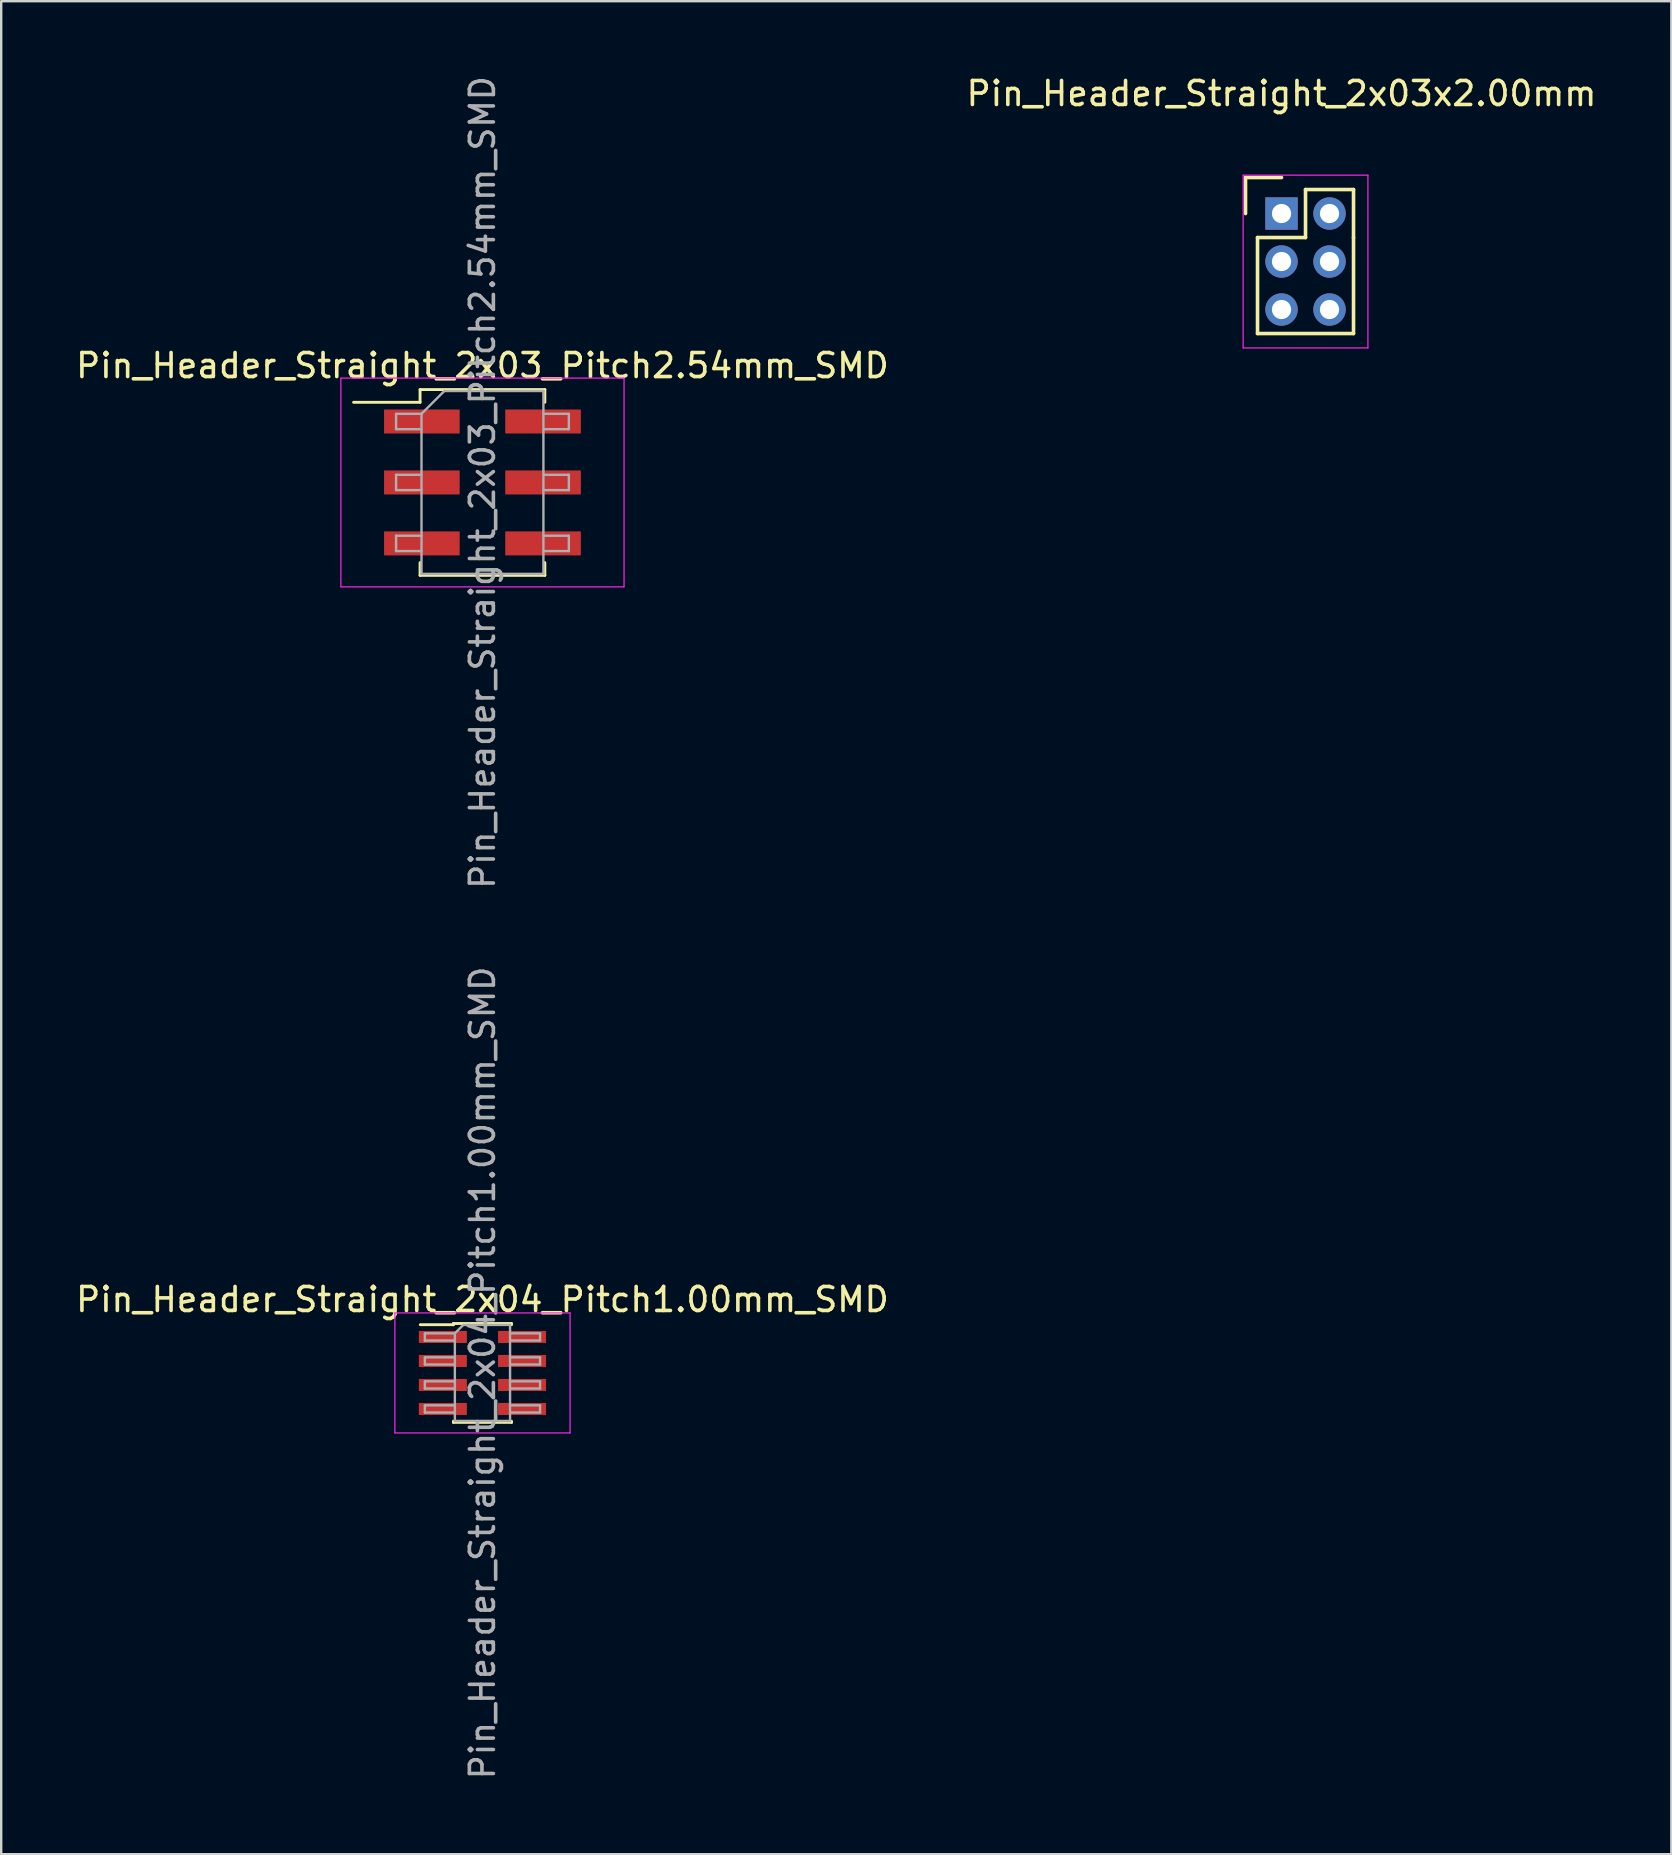
<source format=kicad_pcb>
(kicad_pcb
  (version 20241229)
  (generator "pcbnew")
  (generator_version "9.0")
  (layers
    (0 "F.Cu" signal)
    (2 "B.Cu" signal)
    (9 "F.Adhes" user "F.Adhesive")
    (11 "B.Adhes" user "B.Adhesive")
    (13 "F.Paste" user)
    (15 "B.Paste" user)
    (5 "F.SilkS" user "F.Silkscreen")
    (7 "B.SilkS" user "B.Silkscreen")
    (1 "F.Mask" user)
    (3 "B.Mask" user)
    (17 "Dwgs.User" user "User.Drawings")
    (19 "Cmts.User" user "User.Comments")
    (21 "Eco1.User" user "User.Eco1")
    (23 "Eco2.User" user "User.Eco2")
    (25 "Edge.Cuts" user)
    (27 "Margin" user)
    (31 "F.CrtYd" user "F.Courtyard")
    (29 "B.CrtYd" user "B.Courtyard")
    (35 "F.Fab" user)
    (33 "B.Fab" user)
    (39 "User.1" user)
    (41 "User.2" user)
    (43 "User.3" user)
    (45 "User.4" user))
  (footprint "Pin_Header_Straight_2x03x2.00mm"
    (layer "F.Cu")
    (at 50.351 5.848)
    (property "Reference" "Pin_Header_Straight_2x03x2.00mm" (at 0 -5 0) (layer "F.SilkS") (effects (font (size 1 1) (thickness 0.15))))
    (attr through_hole)
    (fp_line (start -1.5 -1.5) (end 0 -1.5) (stroke (width 0.15) (type solid)) (layer "F.SilkS"))
    (fp_line (start -1.5 0) (end -1.5 -1.5) (stroke (width 0.15) (type solid)) (layer "F.SilkS"))
    (fp_line (start -1 1) (end 1 1) (stroke (width 0.15) (type solid)) (layer "F.SilkS"))
    (fp_line (start -1 5) (end -1 1) (stroke (width 0.15) (type solid)) (layer "F.SilkS"))
    (fp_line (start 1 -1) (end 3 -1) (stroke (width 0.15) (type solid)) (layer "F.SilkS"))
    (fp_line (start 1 1) (end 1 -1) (stroke (width 0.15) (type solid)) (layer "F.SilkS"))
    (fp_line (start 3 -1) (end 3 1) (stroke (width 0.15) (type solid)) (layer "F.SilkS"))
    (fp_line (start 3 1) (end 3 5) (stroke (width 0.15) (type solid)) (layer "F.SilkS"))
    (fp_line (start 3 5) (end -1 5) (stroke (width 0.15) (type solid)) (layer "F.SilkS"))
    (fp_line (start -1.6 -1.6) (end 3.6 -1.6) (stroke (width 0.05) (type solid)) (layer "F.CrtYd"))
    (fp_line (start -1.6 5.6) (end -1.6 -1.6) (stroke (width 0.05) (type solid)) (layer "F.CrtYd"))
    (fp_line (start 3.6 -1.6) (end 3.6 5.6) (stroke (width 0.05) (type solid)) (layer "F.CrtYd"))
    (fp_line (start 3.6 5.6) (end -1.6 5.6) (stroke (width 0.05) (type solid)) (layer "F.CrtYd"))
    (pad "1" thru_hole rect (at 0 0) (size 1.35 1.35) (drill 0.8) (layers "*.Cu" "*.Mask"))
    (pad "2" thru_hole circle (at 2 0) (size 1.35 1.35) (drill 0.8) (layers "*.Cu" "*.Mask"))
    (pad "3" thru_hole circle (at 0 2) (size 1.35 1.35) (drill 0.8) (layers "*.Cu" "*.Mask"))
    (pad "4" thru_hole circle (at 2 2) (size 1.35 1.35) (drill 0.8) (layers "*.Cu" "*.Mask"))
    (pad "5" thru_hole circle (at 0 4) (size 1.35 1.35) (drill 0.8) (layers "*.Cu" "*.Mask"))
    (pad "6" thru_hole circle (at 2 4) (size 1.35 1.35) (drill 0.8) (layers "*.Cu" "*.Mask")))
  (footprint "Pin_Header_Straight_2x04_Pitch1.00mm_SMD"
    (layer "F.Cu")
    (at 17.054 54.161)
    (property "Reference" "Pin_Header_Straight_2x04_Pitch1.00mm_SMD" (at 0 -3.06 0) (layer "F.SilkS") (effects (font (size 1 1) (thickness 0.15))))
    (attr smd)
    (fp_line (start -2.59 -2.01) (end -1.21 -2.01) (stroke (width 0.12) (type solid)) (layer "F.SilkS"))
    (fp_line (start -1.21 -2.06) (end -1.21 -2.01) (stroke (width 0.12) (type solid)) (layer "F.SilkS"))
    (fp_line (start -1.21 -2.06) (end 1.21 -2.06) (stroke (width 0.12) (type solid)) (layer "F.SilkS"))
    (fp_line (start -1.21 2.01) (end -1.21 2.06) (stroke (width 0.12) (type solid)) (layer "F.SilkS"))
    (fp_line (start -1.21 2.06) (end 1.21 2.06) (stroke (width 0.12) (type solid)) (layer "F.SilkS"))
    (fp_line (start 1.21 -2.06) (end 1.21 -2.01) (stroke (width 0.12) (type solid)) (layer "F.SilkS"))
    (fp_line (start 1.21 2.01) (end 1.21 2.06) (stroke (width 0.12) (type solid)) (layer "F.SilkS"))
    (fp_line (start -3.65 -2.5) (end -3.65 2.5) (stroke (width 0.05) (type solid)) (layer "F.CrtYd"))
    (fp_line (start -3.65 2.5) (end 3.65 2.5) (stroke (width 0.05) (type solid)) (layer "F.CrtYd"))
    (fp_line (start 3.65 -2.5) (end -3.65 -2.5) (stroke (width 0.05) (type solid)) (layer "F.CrtYd"))
    (fp_line (start 3.65 2.5) (end 3.65 -2.5) (stroke (width 0.05) (type solid)) (layer "F.CrtYd"))
    (fp_line (start -2.4 -1.65) (end -2.4 -1.35) (stroke (width 0.1) (type solid)) (layer "F.Fab"))
    (fp_line (start -2.4 -1.35) (end -1.15 -1.35) (stroke (width 0.1) (type solid)) (layer "F.Fab"))
    (fp_line (start -2.4 -0.65) (end -2.4 -0.35) (stroke (width 0.1) (type solid)) (layer "F.Fab"))
    (fp_line (start -2.4 -0.35) (end -1.15 -0.35) (stroke (width 0.1) (type solid)) (layer "F.Fab"))
    (fp_line (start -2.4 0.35) (end -2.4 0.65) (stroke (width 0.1) (type solid)) (layer "F.Fab"))
    (fp_line (start -2.4 0.65) (end -1.15 0.65) (stroke (width 0.1) (type solid)) (layer "F.Fab"))
    (fp_line (start -2.4 1.35) (end -2.4 1.65) (stroke (width 0.1) (type solid)) (layer "F.Fab"))
    (fp_line (start -2.4 1.65) (end -1.15 1.65) (stroke (width 0.1) (type solid)) (layer "F.Fab"))
    (fp_line (start -1.15 -1.65) (end -2.4 -1.65) (stroke (width 0.1) (type solid)) (layer "F.Fab"))
    (fp_line (start -1.15 -1.65) (end -0.8 -2) (stroke (width 0.1) (type solid)) (layer "F.Fab"))
    (fp_line (start -1.15 -0.65) (end -2.4 -0.65) (stroke (width 0.1) (type solid)) (layer "F.Fab"))
    (fp_line (start -1.15 0.35) (end -2.4 0.35) (stroke (width 0.1) (type solid)) (layer "F.Fab"))
    (fp_line (start -1.15 1.35) (end -2.4 1.35) (stroke (width 0.1) (type solid)) (layer "F.Fab"))
    (fp_line (start -1.15 2) (end -1.15 -1.65) (stroke (width 0.1) (type solid)) (layer "F.Fab"))
    (fp_line (start -0.8 -2) (end 1.15 -2) (stroke (width 0.1) (type solid)) (layer "F.Fab"))
    (fp_line (start 1.15 -2) (end 1.15 2) (stroke (width 0.1) (type solid)) (layer "F.Fab"))
    (fp_line (start 1.15 -1.65) (end 2.4 -1.65) (stroke (width 0.1) (type solid)) (layer "F.Fab"))
    (fp_line (start 1.15 -0.65) (end 2.4 -0.65) (stroke (width 0.1) (type solid)) (layer "F.Fab"))
    (fp_line (start 1.15 0.35) (end 2.4 0.35) (stroke (width 0.1) (type solid)) (layer "F.Fab"))
    (fp_line (start 1.15 1.35) (end 2.4 1.35) (stroke (width 0.1) (type solid)) (layer "F.Fab"))
    (fp_line (start 1.15 2) (end -1.15 2) (stroke (width 0.1) (type solid)) (layer "F.Fab"))
    (fp_line (start 2.4 -1.65) (end 2.4 -1.35) (stroke (width 0.1) (type solid)) (layer "F.Fab"))
    (fp_line (start 2.4 -1.35) (end 1.15 -1.35) (stroke (width 0.1) (type solid)) (layer "F.Fab"))
    (fp_line (start 2.4 -0.65) (end 2.4 -0.35) (stroke (width 0.1) (type solid)) (layer "F.Fab"))
    (fp_line (start 2.4 -0.35) (end 1.15 -0.35) (stroke (width 0.1) (type solid)) (layer "F.Fab"))
    (fp_line (start 2.4 0.35) (end 2.4 0.65) (stroke (width 0.1) (type solid)) (layer "F.Fab"))
    (fp_line (start 2.4 0.65) (end 1.15 0.65) (stroke (width 0.1) (type solid)) (layer "F.Fab"))
    (fp_line (start 2.4 1.35) (end 2.4 1.65) (stroke (width 0.1) (type solid)) (layer "F.Fab"))
    (fp_line (start 2.4 1.65) (end 1.15 1.65) (stroke (width 0.1) (type solid)) (layer "F.Fab"))
    (fp_text user "${REFERENCE}" (at 0 0 90) (layer "F.Fab") (effects (font (size 1 1) (thickness 0.15))))
    (pad "1" smd rect (at -1.65 -1.5) (size 2 0.5) (layers "F.Cu" "F.Mask" "F.Paste"))
    (pad "2" smd rect (at 1.65 -1.5) (size 2 0.5) (layers "F.Cu" "F.Mask" "F.Paste"))
    (pad "3" smd rect (at -1.65 -0.5) (size 2 0.5) (layers "F.Cu" "F.Mask" "F.Paste"))
    (pad "4" smd rect (at 1.65 -0.5) (size 2 0.5) (layers "F.Cu" "F.Mask" "F.Paste"))
    (pad "5" smd rect (at -1.65 0.5) (size 2 0.5) (layers "F.Cu" "F.Mask" "F.Paste"))
    (pad "6" smd rect (at 1.65 0.5) (size 2 0.5) (layers "F.Cu" "F.Mask" "F.Paste"))
    (pad "7" smd rect (at -1.65 1.5) (size 2 0.5) (layers "F.Cu" "F.Mask" "F.Paste"))
    (pad "8" smd rect (at 1.65 1.5) (size 2 0.5) (layers "F.Cu" "F.Mask" "F.Paste")))
  (footprint "Pin_Header_Straight_2x03_Pitch2.54mm_SMD"
    (layer "F.Cu")
    (at 17.054 17.054)
    (property "Reference" "Pin_Header_Straight_2x03_Pitch2.54mm_SMD" (at 0 -4.87 0) (layer "F.SilkS") (effects (font (size 1 1) (thickness 0.15))))
    (attr smd)
    (fp_line (start -5.37 -3.34) (end -2.6 -3.34) (stroke (width 0.12) (type solid)) (layer "F.SilkS"))
    (fp_line (start -2.6 -3.87) (end 2.6 -3.87) (stroke (width 0.12) (type solid)) (layer "F.SilkS"))
    (fp_line (start -2.6 -3.34) (end -2.6 -3.87) (stroke (width 0.12) (type solid)) (layer "F.SilkS"))
    (fp_line (start -2.6 3.34) (end -2.6 3.87) (stroke (width 0.12) (type solid)) (layer "F.SilkS"))
    (fp_line (start -2.6 3.87) (end 2.6 3.87) (stroke (width 0.12) (type solid)) (layer "F.SilkS"))
    (fp_line (start 2.6 -3.87) (end 2.6 -3.34) (stroke (width 0.12) (type solid)) (layer "F.SilkS"))
    (fp_line (start 2.6 3.87) (end 2.6 3.34) (stroke (width 0.12) (type solid)) (layer "F.SilkS"))
    (fp_line (start -5.9 -4.35) (end -5.9 4.35) (stroke (width 0.05) (type solid)) (layer "F.CrtYd"))
    (fp_line (start -5.9 4.35) (end 5.9 4.35) (stroke (width 0.05) (type solid)) (layer "F.CrtYd"))
    (fp_line (start 5.9 -4.35) (end -5.9 -4.35) (stroke (width 0.05) (type solid)) (layer "F.CrtYd"))
    (fp_line (start 5.9 4.35) (end 5.9 -4.35) (stroke (width 0.05) (type solid)) (layer "F.CrtYd"))
    (fp_line (start -3.6 -2.86) (end -3.6 -2.22) (stroke (width 0.1) (type solid)) (layer "F.Fab"))
    (fp_line (start -3.6 -2.22) (end -2.54 -2.22) (stroke (width 0.1) (type solid)) (layer "F.Fab"))
    (fp_line (start -3.6 -0.32) (end -3.6 0.32) (stroke (width 0.1) (type solid)) (layer "F.Fab"))
    (fp_line (start -3.6 0.32) (end -2.54 0.32) (stroke (width 0.1) (type solid)) (layer "F.Fab"))
    (fp_line (start -3.6 2.22) (end -3.6 2.86) (stroke (width 0.1) (type solid)) (layer "F.Fab"))
    (fp_line (start -3.6 2.86) (end -2.54 2.86) (stroke (width 0.1) (type solid)) (layer "F.Fab"))
    (fp_line (start -2.54 -2.86) (end -3.6 -2.86) (stroke (width 0.1) (type solid)) (layer "F.Fab"))
    (fp_line (start -2.54 -2.86) (end -1.59 -3.81) (stroke (width 0.1) (type solid)) (layer "F.Fab"))
    (fp_line (start -2.54 -0.32) (end -3.6 -0.32) (stroke (width 0.1) (type solid)) (layer "F.Fab"))
    (fp_line (start -2.54 2.22) (end -3.6 2.22) (stroke (width 0.1) (type solid)) (layer "F.Fab"))
    (fp_line (start -2.54 3.81) (end -2.54 -2.86) (stroke (width 0.1) (type solid)) (layer "F.Fab"))
    (fp_line (start -1.59 -3.81) (end 2.54 -3.81) (stroke (width 0.1) (type solid)) (layer "F.Fab"))
    (fp_line (start 2.54 -3.81) (end 2.54 3.81) (stroke (width 0.1) (type solid)) (layer "F.Fab"))
    (fp_line (start 2.54 -2.86) (end 3.6 -2.86) (stroke (width 0.1) (type solid)) (layer "F.Fab"))
    (fp_line (start 2.54 -0.32) (end 3.6 -0.32) (stroke (width 0.1) (type solid)) (layer "F.Fab"))
    (fp_line (start 2.54 2.22) (end 3.6 2.22) (stroke (width 0.1) (type solid)) (layer "F.Fab"))
    (fp_line (start 2.54 3.81) (end -2.54 3.81) (stroke (width 0.1) (type solid)) (layer "F.Fab"))
    (fp_line (start 3.6 -2.86) (end 3.6 -2.22) (stroke (width 0.1) (type solid)) (layer "F.Fab"))
    (fp_line (start 3.6 -2.22) (end 2.54 -2.22) (stroke (width 0.1) (type solid)) (layer "F.Fab"))
    (fp_line (start 3.6 -0.32) (end 3.6 0.32) (stroke (width 0.1) (type solid)) (layer "F.Fab"))
    (fp_line (start 3.6 0.32) (end 2.54 0.32) (stroke (width 0.1) (type solid)) (layer "F.Fab"))
    (fp_line (start 3.6 2.22) (end 3.6 2.86) (stroke (width 0.1) (type solid)) (layer "F.Fab"))
    (fp_line (start 3.6 2.86) (end 2.54 2.86) (stroke (width 0.1) (type solid)) (layer "F.Fab"))
    (fp_text user "${REFERENCE}" (at 0 0 90) (layer "F.Fab") (effects (font (size 1 1) (thickness 0.15))))
    (pad "1" smd rect (at -2.525 -2.54) (size 3.15 1) (layers "F.Cu" "F.Mask" "F.Paste"))
    (pad "2" smd rect (at 2.525 -2.54) (size 3.15 1) (layers "F.Cu" "F.Mask" "F.Paste"))
    (pad "3" smd rect (at -2.525 0) (size 3.15 1) (layers "F.Cu" "F.Mask" "F.Paste"))
    (pad "4" smd rect (at 2.525 0) (size 3.15 1) (layers "F.Cu" "F.Mask" "F.Paste"))
    (pad "5" smd rect (at -2.525 2.54) (size 3.15 1) (layers "F.Cu" "F.Mask" "F.Paste"))
    (pad "6" smd rect (at 2.525 2.54) (size 3.15 1) (layers "F.Cu" "F.Mask" "F.Paste")))
  (gr_rect
    (start -3 -3)
    (end 66.595 74.214)
    (stroke (width 0.1) (type default))
    (fill no)
    (layer "Edge.Cuts")))
</source>
